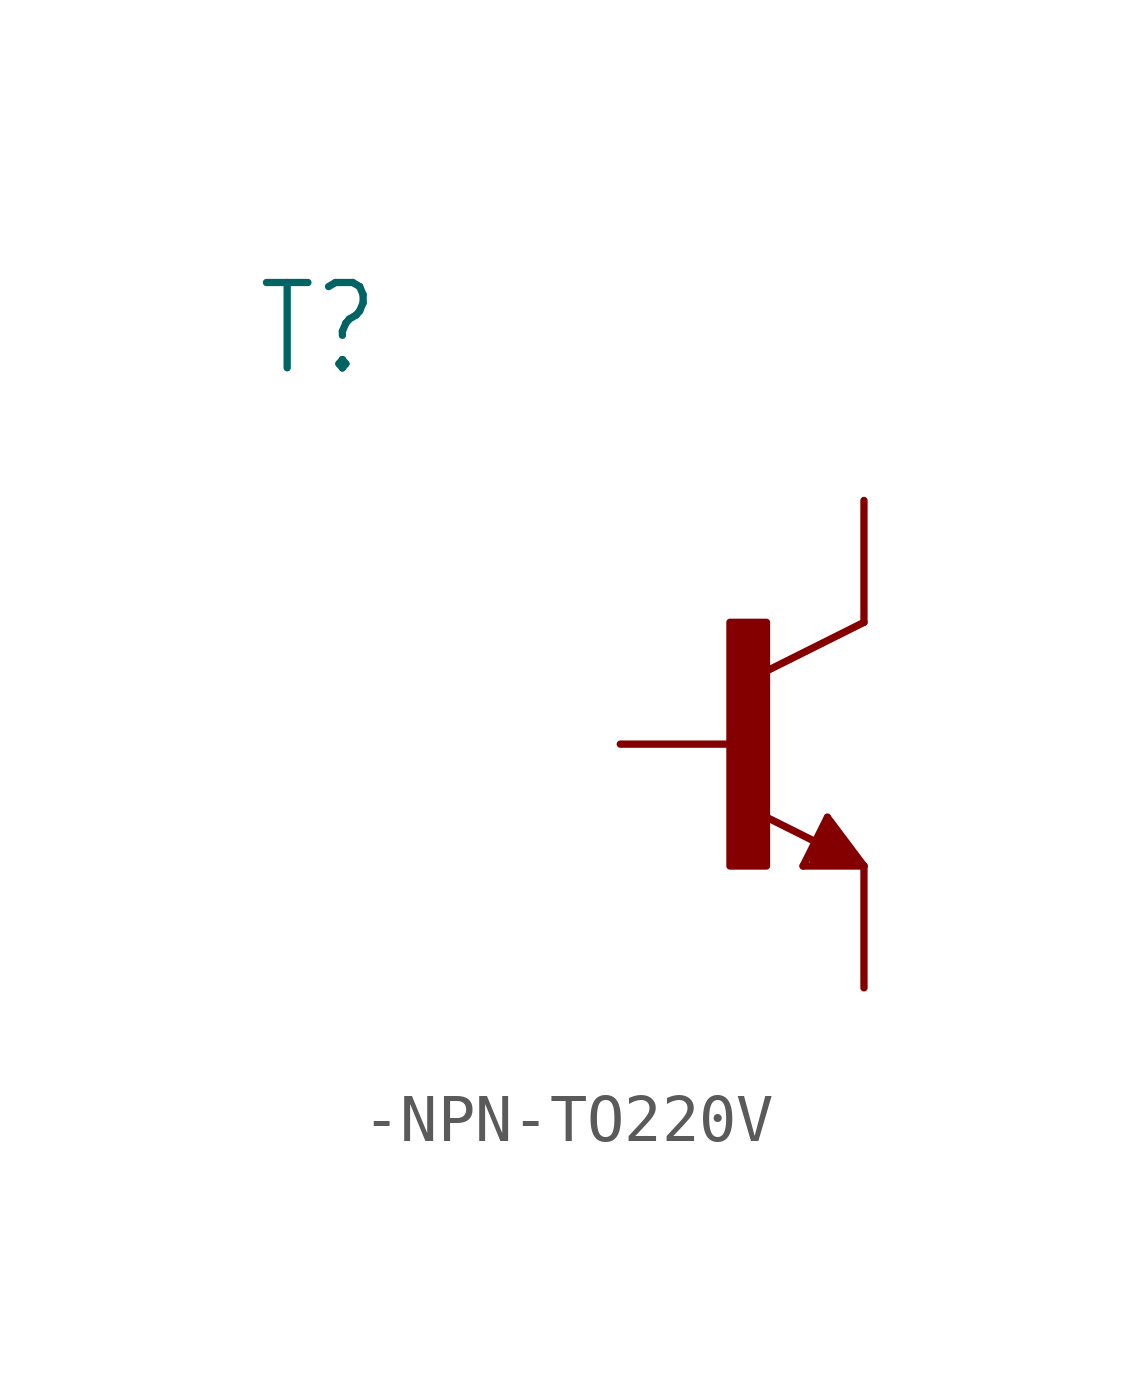
<source format=kicad_sym>
(kicad_symbol_lib
  (version 20241209)
  (generator "kicad_symbol_editor")
  (generator_version "9.0")
  (symbol "-NPN-TO220V"
    (property "Reference" "T"
      (at -10.16 7.62 0)
      (effects (font (size 1.778 1.511)) (justify left bottom)))
    (property "Value" ""
      (at -10.16 5.08 0)
      (effects (font (size 1.778 1.511)) (justify left bottom)))
    (property "ki_locked" ""
      (at 0 0 0)
      (effects (font (size 1.27 1.27))))
    (symbol "-NPN-TO220V_1_0"
      (rectangle (start -0.254 -2.54) (end 0.508 2.54) (stroke (width 0) (type default)) (fill (type outline)))
      (polyline (pts (xy 1.27 -2.54) (xy 1.778 -1.524)) (stroke (width 0.152) (type solid)) (fill (type none)))
      (polyline (pts (xy 1.524 -2.286) (xy 1.905 -2.286)) (stroke (width 0.254) (type solid)) (fill (type none)))
      (polyline (pts (xy 1.524 -2.413) (xy 2.286 -2.413)) (stroke (width 0.254) (type solid)) (fill (type none)))
      (polyline (pts (xy 1.54 -2.04) (xy 0.308 -1.424)) (stroke (width 0.152) (type solid)) (fill (type none)))
      (polyline (pts (xy 1.778 -1.524) (xy 2.54 -2.54)) (stroke (width 0.152) (type solid)) (fill (type none)))
      (polyline (pts (xy 1.778 -1.778) (xy 1.524 -2.286)) (stroke (width 0.254) (type solid)) (fill (type none)))
      (polyline (pts (xy 1.905 -2.286) (xy 1.778 -2.032)) (stroke (width 0.254) (type solid)) (fill (type none)))
      (polyline (pts (xy 2.286 -2.413) (xy 1.778 -1.778)) (stroke (width 0.254) (type solid)) (fill (type none)))
      (polyline (pts (xy 2.54 2.54) (xy 0.508 1.524)) (stroke (width 0.152) (type solid)) (fill (type none)))
      (polyline (pts (xy 2.54 -2.54) (xy 1.27 -2.54)) (stroke (width 0.152) (type solid)) (fill (type none)))
      (pin passive line (at -2.54 0 0) (length 2.54) (name "B" (effects (font (size 0 0)))) (number "1" (effects (font (size 0 0)))))
      (pin passive line (at 2.54 5.08 270) (length 2.54) (name "C" (effects (font (size 0 0)))) (number "2" (effects (font (size 0 0)))))
      (pin passive line (at 2.54 -5.08 90) (length 2.54) (name "E" (effects (font (size 0 0)))) (number "3" (effects (font (size 0 0))))))))
</source>
